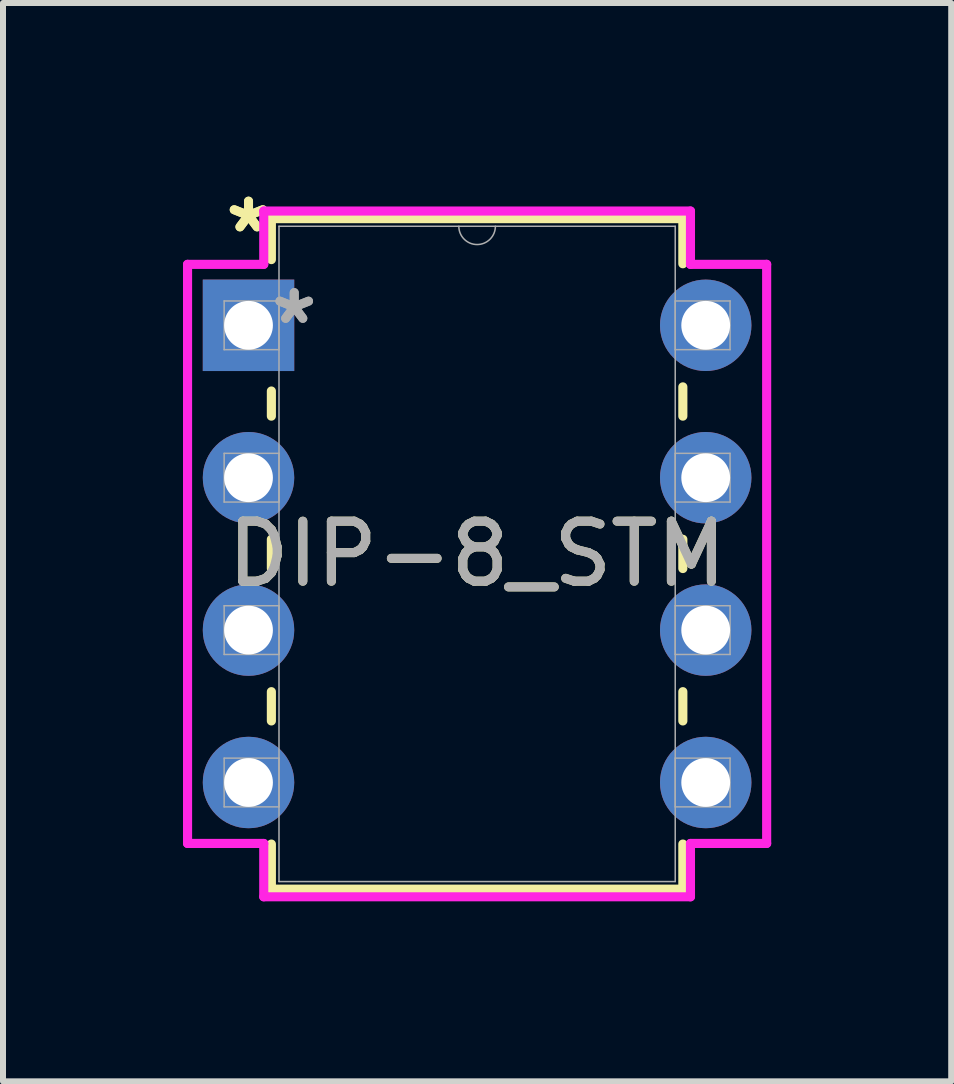
<source format=kicad_pcb>
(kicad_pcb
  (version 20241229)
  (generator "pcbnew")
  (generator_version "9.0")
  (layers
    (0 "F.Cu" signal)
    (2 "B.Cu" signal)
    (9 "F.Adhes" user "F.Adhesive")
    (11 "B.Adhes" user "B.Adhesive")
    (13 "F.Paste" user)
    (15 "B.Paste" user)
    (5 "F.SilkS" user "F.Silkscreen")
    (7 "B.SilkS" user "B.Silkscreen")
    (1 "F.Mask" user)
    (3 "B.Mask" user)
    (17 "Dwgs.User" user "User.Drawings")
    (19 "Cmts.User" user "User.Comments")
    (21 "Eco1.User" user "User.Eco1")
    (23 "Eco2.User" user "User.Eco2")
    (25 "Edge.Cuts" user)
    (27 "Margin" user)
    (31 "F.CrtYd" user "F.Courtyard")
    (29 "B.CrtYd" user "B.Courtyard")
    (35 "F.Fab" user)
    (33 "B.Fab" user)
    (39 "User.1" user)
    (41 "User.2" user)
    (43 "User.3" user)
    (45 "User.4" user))
  (footprint "DIP-8_STM"
    (layer "F.Cu")
    (at 1.092 2.372)
    (property "Reference" "DIP-8_STM" (at 3.81 3.81 0) (unlocked yes) (layer "F.SilkS") (effects (font (size 1 1) (thickness 0.15))))
    (attr through_hole)
    (fp_line (start 0.381 -1.778) (end 0.381 -1.095) (stroke (width 0.152) (type solid)) (layer "F.SilkS"))
    (fp_line (start 0.381 1.095) (end 0.381 1.514) (stroke (width 0.152) (type solid)) (layer "F.SilkS"))
    (fp_line (start 0.381 3.566) (end 0.381 4.054) (stroke (width 0.152) (type solid)) (layer "F.SilkS"))
    (fp_line (start 0.381 6.106) (end 0.381 6.594) (stroke (width 0.152) (type solid)) (layer "F.SilkS"))
    (fp_line (start 0.381 8.646) (end 0.381 9.398) (stroke (width 0.152) (type solid)) (layer "F.SilkS"))
    (fp_line (start 0.381 9.398) (end 7.239 9.398) (stroke (width 0.152) (type solid)) (layer "F.SilkS"))
    (fp_line (start 7.239 -1.778) (end 0.381 -1.778) (stroke (width 0.152) (type solid)) (layer "F.SilkS"))
    (fp_line (start 7.239 -1.026) (end 7.239 -1.778) (stroke (width 0.152) (type solid)) (layer "F.SilkS"))
    (fp_line (start 7.239 1.514) (end 7.239 1.026) (stroke (width 0.152) (type solid)) (layer "F.SilkS"))
    (fp_line (start 7.239 4.054) (end 7.239 3.566) (stroke (width 0.152) (type solid)) (layer "F.SilkS"))
    (fp_line (start 7.239 6.594) (end 7.239 6.106) (stroke (width 0.152) (type solid)) (layer "F.SilkS"))
    (fp_line (start 7.239 9.398) (end 7.239 8.646) (stroke (width 0.152) (type solid)) (layer "F.SilkS"))
    (fp_line (start -1.016 -1.016) (end 0.254 -1.016) (stroke (width 0.152) (type solid)) (layer "F.CrtYd"))
    (fp_line (start -1.016 8.636) (end -1.016 -1.016) (stroke (width 0.152) (type solid)) (layer "F.CrtYd"))
    (fp_line (start 0.254 -1.905) (end 7.366 -1.905) (stroke (width 0.152) (type solid)) (layer "F.CrtYd"))
    (fp_line (start 0.254 -1.016) (end 0.254 -1.905) (stroke (width 0.152) (type solid)) (layer "F.CrtYd"))
    (fp_line (start 0.254 8.636) (end -1.016 8.636) (stroke (width 0.152) (type solid)) (layer "F.CrtYd"))
    (fp_line (start 0.254 9.525) (end 0.254 8.636) (stroke (width 0.152) (type solid)) (layer "F.CrtYd"))
    (fp_line (start 7.366 -1.905) (end 7.366 -1.016) (stroke (width 0.152) (type solid)) (layer "F.CrtYd"))
    (fp_line (start 7.366 8.636) (end 7.366 9.525) (stroke (width 0.152) (type solid)) (layer "F.CrtYd"))
    (fp_line (start 7.366 9.525) (end 0.254 9.525) (stroke (width 0.152) (type solid)) (layer "F.CrtYd"))
    (fp_line (start 8.636 -1.016) (end 7.366 -1.016) (stroke (width 0.152) (type solid)) (layer "F.CrtYd"))
    (fp_line (start 8.636 -1.016) (end 8.636 8.636) (stroke (width 0.152) (type solid)) (layer "F.CrtYd"))
    (fp_line (start 8.636 8.636) (end 7.366 8.636) (stroke (width 0.152) (type solid)) (layer "F.CrtYd"))
    (fp_line (start -0.406 -0.406) (end -0.406 0.406) (stroke (width 0.025) (type solid)) (layer "F.Fab"))
    (fp_line (start -0.406 0.406) (end 0.508 0.406) (stroke (width 0.025) (type solid)) (layer "F.Fab"))
    (fp_line (start -0.406 2.134) (end -0.406 2.946) (stroke (width 0.025) (type solid)) (layer "F.Fab"))
    (fp_line (start -0.406 2.946) (end 0.508 2.946) (stroke (width 0.025) (type solid)) (layer "F.Fab"))
    (fp_line (start -0.406 4.674) (end -0.406 5.486) (stroke (width 0.025) (type solid)) (layer "F.Fab"))
    (fp_line (start -0.406 5.486) (end 0.508 5.486) (stroke (width 0.025) (type solid)) (layer "F.Fab"))
    (fp_line (start -0.406 7.214) (end -0.406 8.026) (stroke (width 0.025) (type solid)) (layer "F.Fab"))
    (fp_line (start -0.406 8.026) (end 0.508 8.026) (stroke (width 0.025) (type solid)) (layer "F.Fab"))
    (fp_line (start 0.508 -1.651) (end 0.508 9.271) (stroke (width 0.025) (type solid)) (layer "F.Fab"))
    (fp_line (start 0.508 -0.406) (end -0.406 -0.406) (stroke (width 0.025) (type solid)) (layer "F.Fab"))
    (fp_line (start 0.508 0.406) (end 0.508 -0.406) (stroke (width 0.025) (type solid)) (layer "F.Fab"))
    (fp_line (start 0.508 2.134) (end -0.406 2.134) (stroke (width 0.025) (type solid)) (layer "F.Fab"))
    (fp_line (start 0.508 2.946) (end 0.508 2.134) (stroke (width 0.025) (type solid)) (layer "F.Fab"))
    (fp_line (start 0.508 4.674) (end -0.406 4.674) (stroke (width 0.025) (type solid)) (layer "F.Fab"))
    (fp_line (start 0.508 5.486) (end 0.508 4.674) (stroke (width 0.025) (type solid)) (layer "F.Fab"))
    (fp_line (start 0.508 7.214) (end -0.406 7.214) (stroke (width 0.025) (type solid)) (layer "F.Fab"))
    (fp_line (start 0.508 8.026) (end 0.508 7.214) (stroke (width 0.025) (type solid)) (layer "F.Fab"))
    (fp_line (start 0.508 9.271) (end 7.112 9.271) (stroke (width 0.025) (type solid)) (layer "F.Fab"))
    (fp_line (start 7.112 -1.651) (end 0.508 -1.651) (stroke (width 0.025) (type solid)) (layer "F.Fab"))
    (fp_line (start 7.112 -0.406) (end 7.112 0.406) (stroke (width 0.025) (type solid)) (layer "F.Fab"))
    (fp_line (start 7.112 0.406) (end 8.026 0.406) (stroke (width 0.025) (type solid)) (layer "F.Fab"))
    (fp_line (start 7.112 2.134) (end 7.112 2.946) (stroke (width 0.025) (type solid)) (layer "F.Fab"))
    (fp_line (start 7.112 2.946) (end 8.026 2.946) (stroke (width 0.025) (type solid)) (layer "F.Fab"))
    (fp_line (start 7.112 4.674) (end 7.112 5.486) (stroke (width 0.025) (type solid)) (layer "F.Fab"))
    (fp_line (start 7.112 5.486) (end 8.026 5.486) (stroke (width 0.025) (type solid)) (layer "F.Fab"))
    (fp_line (start 7.112 7.214) (end 7.112 8.026) (stroke (width 0.025) (type solid)) (layer "F.Fab"))
    (fp_line (start 7.112 8.026) (end 8.026 8.026) (stroke (width 0.025) (type solid)) (layer "F.Fab"))
    (fp_line (start 7.112 9.271) (end 7.112 -1.651) (stroke (width 0.025) (type solid)) (layer "F.Fab"))
    (fp_line (start 8.026 -0.406) (end 7.112 -0.406) (stroke (width 0.025) (type solid)) (layer "F.Fab"))
    (fp_line (start 8.026 0.406) (end 8.026 -0.406) (stroke (width 0.025) (type solid)) (layer "F.Fab"))
    (fp_line (start 8.026 2.134) (end 7.112 2.134) (stroke (width 0.025) (type solid)) (layer "F.Fab"))
    (fp_line (start 8.026 2.946) (end 8.026 2.134) (stroke (width 0.025) (type solid)) (layer "F.Fab"))
    (fp_line (start 8.026 4.674) (end 7.112 4.674) (stroke (width 0.025) (type solid)) (layer "F.Fab"))
    (fp_line (start 8.026 5.486) (end 8.026 4.674) (stroke (width 0.025) (type solid)) (layer "F.Fab"))
    (fp_line (start 8.026 7.214) (end 7.112 7.214) (stroke (width 0.025) (type solid)) (layer "F.Fab"))
    (fp_line (start 8.026 8.026) (end 8.026 7.214) (stroke (width 0.025) (type solid)) (layer "F.Fab"))
    (fp_arc (start 4.1148 -1.651) (mid 3.81 -1.3462) (end 3.5052 -1.651) (stroke (width 0.0254) (type solid)) (layer "F.Fab"))
    (fp_text user "*" (at 0 -1.524 0) (layer "F.SilkS") (effects (font (size 1 1) (thickness 0.15))))
    (fp_text user "*" (at 0 -1.524 0) (unlocked yes) (layer "F.SilkS") (effects (font (size 1 1) (thickness 0.15))))
    (fp_text user "*" (at 0.762 0 0) (layer "F.Fab") (effects (font (size 1 1) (thickness 0.15))))
    (fp_text user "${REFERENCE}" (at 3.81 3.81 0) (unlocked yes) (layer "F.Fab") (effects (font (size 1 1) (thickness 0.15))))
    (fp_text user "*" (at 0.762 0 0) (unlocked yes) (layer "F.Fab") (effects (font (size 1 1) (thickness 0.15))))
    (pad "1" thru_hole rect (at 0 0) (size 1.524 1.524) (drill 0.813) (layers "*.Cu" "*.Mask"))
    (pad "2" thru_hole circle (at 0 2.54) (size 1.524 1.524) (drill 0.813) (layers "*.Cu" "*.Mask"))
    (pad "3" thru_hole circle (at 0 5.08) (size 1.524 1.524) (drill 0.813) (layers "*.Cu" "*.Mask"))
    (pad "4" thru_hole circle (at 0 7.62) (size 1.524 1.524) (drill 0.813) (layers "*.Cu" "*.Mask"))
    (pad "5" thru_hole circle (at 7.62 7.62) (size 1.524 1.524) (drill 0.813) (layers "*.Cu" "*.Mask"))
    (pad "6" thru_hole circle (at 7.62 5.08) (size 1.524 1.524) (drill 0.813) (layers "*.Cu" "*.Mask"))
    (pad "7" thru_hole circle (at 7.62 2.54) (size 1.524 1.524) (drill 0.813) (layers "*.Cu" "*.Mask"))
    (pad "8" thru_hole circle (at 7.62 0) (size 1.524 1.524) (drill 0.813) (layers "*.Cu" "*.Mask")))
  (gr_rect
    (start -3 -3)
    (end 12.804 14.973)
    (stroke (width 0.1) (type default))
    (fill no)
    (layer "Edge.Cuts")))
</source>
